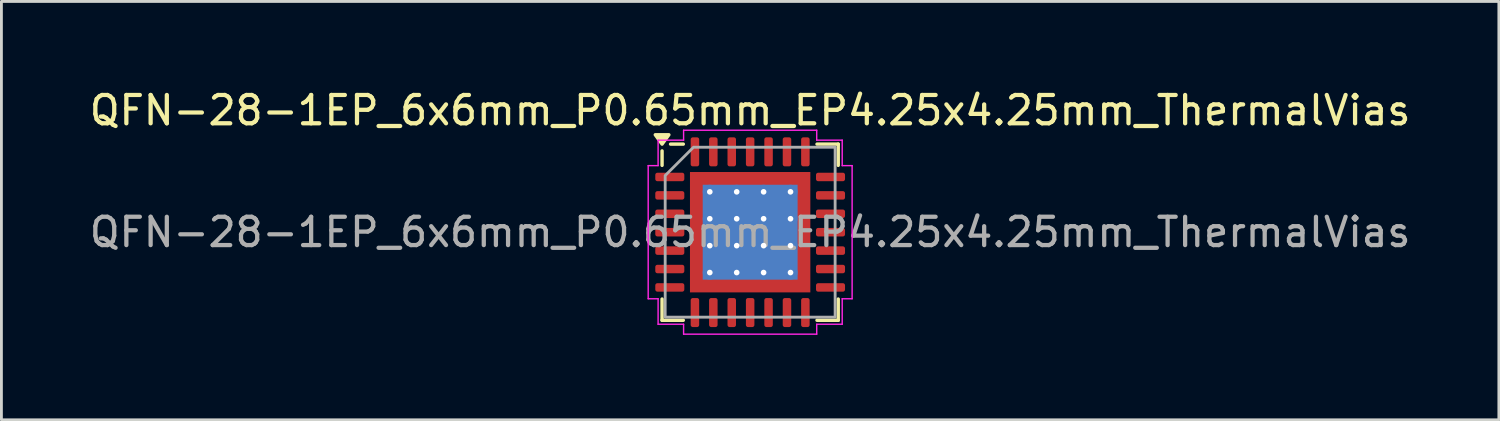
<source format=kicad_pcb>
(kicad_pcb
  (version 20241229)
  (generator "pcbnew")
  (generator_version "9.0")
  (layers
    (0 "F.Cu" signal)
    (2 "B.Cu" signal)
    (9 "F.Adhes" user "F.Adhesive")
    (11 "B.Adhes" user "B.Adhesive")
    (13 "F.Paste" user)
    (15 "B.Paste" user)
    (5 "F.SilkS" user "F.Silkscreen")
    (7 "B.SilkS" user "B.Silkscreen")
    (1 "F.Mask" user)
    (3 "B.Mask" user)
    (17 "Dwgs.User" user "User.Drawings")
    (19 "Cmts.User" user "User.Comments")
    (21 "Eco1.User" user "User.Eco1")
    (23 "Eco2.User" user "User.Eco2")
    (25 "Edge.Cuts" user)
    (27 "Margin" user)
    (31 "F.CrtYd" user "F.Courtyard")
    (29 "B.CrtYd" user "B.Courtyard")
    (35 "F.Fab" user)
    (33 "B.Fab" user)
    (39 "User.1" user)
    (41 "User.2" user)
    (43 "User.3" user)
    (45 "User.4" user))
  (footprint "QFN-28-1EP_6x6mm_P0.65mm_EP4.25x4.25mm_ThermalVias"
    (layer "F.Cu")
    (at 23.435 5.148)
    (property "Reference" "QFN-28-1EP_6x6mm_P0.65mm_EP4.25x4.25mm_ThermalVias" (at 0 -4.3 0) (layer "F.SilkS") (effects (font (size 1 1) (thickness 0.15))))
    (attr smd)
    (fp_line (start -3.11 -2.36) (end -3.11 -2.87) (stroke (width 0.12) (type solid)) (layer "F.SilkS"))
    (fp_line (start -3.11 3.11) (end -3.11 2.36) (stroke (width 0.12) (type solid)) (layer "F.SilkS"))
    (fp_line (start -2.36 -3.11) (end -2.81 -3.11) (stroke (width 0.12) (type solid)) (layer "F.SilkS"))
    (fp_line (start -2.36 3.11) (end -3.11 3.11) (stroke (width 0.12) (type solid)) (layer "F.SilkS"))
    (fp_line (start 2.36 -3.11) (end 3.11 -3.11) (stroke (width 0.12) (type solid)) (layer "F.SilkS"))
    (fp_line (start 2.36 3.11) (end 3.11 3.11) (stroke (width 0.12) (type solid)) (layer "F.SilkS"))
    (fp_line (start 3.11 -3.11) (end 3.11 -2.36) (stroke (width 0.12) (type solid)) (layer "F.SilkS"))
    (fp_line (start 3.11 3.11) (end 3.11 2.36) (stroke (width 0.12) (type solid)) (layer "F.SilkS"))
    (fp_poly (pts (xy -3.11 -3.11) (xy -3.35 -3.44) (xy -2.87 -3.44)) (stroke (width 0.12) (type solid)) (fill yes) (layer "F.SilkS"))
    (fp_line (start -3.6 -2.35) (end -3.25 -2.35) (stroke (width 0.05) (type solid)) (layer "F.CrtYd"))
    (fp_line (start -3.6 2.35) (end -3.6 -2.35) (stroke (width 0.05) (type solid)) (layer "F.CrtYd"))
    (fp_line (start -3.25 -3.25) (end -2.35 -3.25) (stroke (width 0.05) (type solid)) (layer "F.CrtYd"))
    (fp_line (start -3.25 -2.35) (end -3.25 -3.25) (stroke (width 0.05) (type solid)) (layer "F.CrtYd"))
    (fp_line (start -3.25 2.35) (end -3.6 2.35) (stroke (width 0.05) (type solid)) (layer "F.CrtYd"))
    (fp_line (start -3.25 3.25) (end -3.25 2.35) (stroke (width 0.05) (type solid)) (layer "F.CrtYd"))
    (fp_line (start -2.35 -3.6) (end 2.35 -3.6) (stroke (width 0.05) (type solid)) (layer "F.CrtYd"))
    (fp_line (start -2.35 -3.25) (end -2.35 -3.6) (stroke (width 0.05) (type solid)) (layer "F.CrtYd"))
    (fp_line (start -2.35 3.25) (end -3.25 3.25) (stroke (width 0.05) (type solid)) (layer "F.CrtYd"))
    (fp_line (start -2.35 3.6) (end -2.35 3.25) (stroke (width 0.05) (type solid)) (layer "F.CrtYd"))
    (fp_line (start 2.35 -3.6) (end 2.35 -3.25) (stroke (width 0.05) (type solid)) (layer "F.CrtYd"))
    (fp_line (start 2.35 -3.25) (end 3.25 -3.25) (stroke (width 0.05) (type solid)) (layer "F.CrtYd"))
    (fp_line (start 2.35 3.25) (end 2.35 3.6) (stroke (width 0.05) (type solid)) (layer "F.CrtYd"))
    (fp_line (start 2.35 3.6) (end -2.35 3.6) (stroke (width 0.05) (type solid)) (layer "F.CrtYd"))
    (fp_line (start 3.25 -3.25) (end 3.25 -2.35) (stroke (width 0.05) (type solid)) (layer "F.CrtYd"))
    (fp_line (start 3.25 -2.35) (end 3.6 -2.35) (stroke (width 0.05) (type solid)) (layer "F.CrtYd"))
    (fp_line (start 3.25 2.35) (end 3.25 3.25) (stroke (width 0.05) (type solid)) (layer "F.CrtYd"))
    (fp_line (start 3.25 3.25) (end 2.35 3.25) (stroke (width 0.05) (type solid)) (layer "F.CrtYd"))
    (fp_line (start 3.6 -2.35) (end 3.6 2.35) (stroke (width 0.05) (type solid)) (layer "F.CrtYd"))
    (fp_line (start 3.6 2.35) (end 3.25 2.35) (stroke (width 0.05) (type solid)) (layer "F.CrtYd"))
    (fp_poly (pts (xy -3 -2) (xy -3 3) (xy 3 3) (xy 3 -3) (xy -2 -3)) (stroke (width 0.1) (type solid)) (fill no) (layer "F.Fab"))
    (fp_text user "${REFERENCE}" (at 0 0 0) (layer "F.Fab") (effects (font (size 1 1) (thickness 0.15))))
    (pad "" smd roundrect (at -1.42 -1.42) (size 1.14 1.14) (layers "F.Paste") (roundrect_rratio 0.219))
    (pad "" smd roundrect (at -1.42 0) (size 1.14 1.14) (layers "F.Paste") (roundrect_rratio 0.219))
    (pad "" smd roundrect (at -1.42 1.42) (size 1.14 1.14) (layers "F.Paste") (roundrect_rratio 0.219))
    (pad "" smd roundrect (at 0 -1.42) (size 1.14 1.14) (layers "F.Paste") (roundrect_rratio 0.219))
    (pad "" smd roundrect (at 0 0) (size 1.14 1.14) (layers "F.Paste") (roundrect_rratio 0.219))
    (pad "" smd roundrect (at 0 1.42) (size 1.14 1.14) (layers "F.Paste") (roundrect_rratio 0.219))
    (pad "" smd roundrect (at 1.42 -1.42) (size 1.14 1.14) (layers "F.Paste") (roundrect_rratio 0.219))
    (pad "" smd roundrect (at 1.42 0) (size 1.14 1.14) (layers "F.Paste") (roundrect_rratio 0.219))
    (pad "" smd roundrect (at 1.42 1.42) (size 1.14 1.14) (layers "F.Paste") (roundrect_rratio 0.219))
    (pad "1" smd roundrect (at -2.837 -1.95) (size 1.025 0.3) (layers "F.Cu" "F.Mask" "F.Paste") (roundrect_rratio 0.25))
    (pad "2" smd roundrect (at -2.837 -1.3) (size 1.025 0.3) (layers "F.Cu" "F.Mask" "F.Paste") (roundrect_rratio 0.25))
    (pad "3" smd roundrect (at -2.837 -0.65) (size 1.025 0.3) (layers "F.Cu" "F.Mask" "F.Paste") (roundrect_rratio 0.25))
    (pad "4" smd roundrect (at -2.837 0) (size 1.025 0.3) (layers "F.Cu" "F.Mask" "F.Paste") (roundrect_rratio 0.25))
    (pad "5" smd roundrect (at -2.837 0.65) (size 1.025 0.3) (layers "F.Cu" "F.Mask" "F.Paste") (roundrect_rratio 0.25))
    (pad "6" smd roundrect (at -2.837 1.3) (size 1.025 0.3) (layers "F.Cu" "F.Mask" "F.Paste") (roundrect_rratio 0.25))
    (pad "7" smd roundrect (at -2.837 1.95) (size 1.025 0.3) (layers "F.Cu" "F.Mask" "F.Paste") (roundrect_rratio 0.25))
    (pad "8" smd roundrect (at -1.95 2.837) (size 0.3 1.025) (layers "F.Cu" "F.Mask" "F.Paste") (roundrect_rratio 0.25))
    (pad "9" smd roundrect (at -1.3 2.837) (size 0.3 1.025) (layers "F.Cu" "F.Mask" "F.Paste") (roundrect_rratio 0.25))
    (pad "10" smd roundrect (at -0.65 2.837) (size 0.3 1.025) (layers "F.Cu" "F.Mask" "F.Paste") (roundrect_rratio 0.25))
    (pad "11" smd roundrect (at 0 2.837) (size 0.3 1.025) (layers "F.Cu" "F.Mask" "F.Paste") (roundrect_rratio 0.25))
    (pad "12" smd roundrect (at 0.65 2.837) (size 0.3 1.025) (layers "F.Cu" "F.Mask" "F.Paste") (roundrect_rratio 0.25))
    (pad "13" smd roundrect (at 1.3 2.837) (size 0.3 1.025) (layers "F.Cu" "F.Mask" "F.Paste") (roundrect_rratio 0.25))
    (pad "14" smd roundrect (at 1.95 2.837) (size 0.3 1.025) (layers "F.Cu" "F.Mask" "F.Paste") (roundrect_rratio 0.25))
    (pad "15" smd roundrect (at 2.837 1.95) (size 1.025 0.3) (layers "F.Cu" "F.Mask" "F.Paste") (roundrect_rratio 0.25))
    (pad "16" smd roundrect (at 2.837 1.3) (size 1.025 0.3) (layers "F.Cu" "F.Mask" "F.Paste") (roundrect_rratio 0.25))
    (pad "17" smd roundrect (at 2.837 0.65) (size 1.025 0.3) (layers "F.Cu" "F.Mask" "F.Paste") (roundrect_rratio 0.25))
    (pad "18" smd roundrect (at 2.837 0) (size 1.025 0.3) (layers "F.Cu" "F.Mask" "F.Paste") (roundrect_rratio 0.25))
    (pad "19" smd roundrect (at 2.837 -0.65) (size 1.025 0.3) (layers "F.Cu" "F.Mask" "F.Paste") (roundrect_rratio 0.25))
    (pad "20" smd roundrect (at 2.837 -1.3) (size 1.025 0.3) (layers "F.Cu" "F.Mask" "F.Paste") (roundrect_rratio 0.25))
    (pad "21" smd roundrect (at 2.837 -1.95) (size 1.025 0.3) (layers "F.Cu" "F.Mask" "F.Paste") (roundrect_rratio 0.25))
    (pad "22" smd roundrect (at 1.95 -2.837) (size 0.3 1.025) (layers "F.Cu" "F.Mask" "F.Paste") (roundrect_rratio 0.25))
    (pad "23" smd roundrect (at 1.3 -2.837) (size 0.3 1.025) (layers "F.Cu" "F.Mask" "F.Paste") (roundrect_rratio 0.25))
    (pad "24" smd roundrect (at 0.65 -2.837) (size 0.3 1.025) (layers "F.Cu" "F.Mask" "F.Paste") (roundrect_rratio 0.25))
    (pad "25" smd roundrect (at 0 -2.837) (size 0.3 1.025) (layers "F.Cu" "F.Mask" "F.Paste") (roundrect_rratio 0.25))
    (pad "26" smd roundrect (at -0.65 -2.837) (size 0.3 1.025) (layers "F.Cu" "F.Mask" "F.Paste") (roundrect_rratio 0.25))
    (pad "27" smd roundrect (at -1.3 -2.837) (size 0.3 1.025) (layers "F.Cu" "F.Mask" "F.Paste") (roundrect_rratio 0.25))
    (pad "28" smd roundrect (at -1.95 -2.837) (size 0.3 1.025) (layers "F.Cu" "F.Mask" "F.Paste") (roundrect_rratio 0.25))
    (pad "29" thru_hole circle (at -1.425 -1.425) (size 0.5 0.5) (drill 0.2) (property pad_prop_heatsink) (layers "*.Cu"))
    (pad "29" thru_hole circle (at -1.425 -0.475) (size 0.5 0.5) (drill 0.2) (property pad_prop_heatsink) (layers "*.Cu"))
    (pad "29" thru_hole circle (at -1.425 0.475) (size 0.5 0.5) (drill 0.2) (property pad_prop_heatsink) (layers "*.Cu"))
    (pad "29" thru_hole circle (at -1.425 1.425) (size 0.5 0.5) (drill 0.2) (property pad_prop_heatsink) (layers "*.Cu"))
    (pad "29" thru_hole circle (at -0.475 -1.425) (size 0.5 0.5) (drill 0.2) (property pad_prop_heatsink) (layers "*.Cu"))
    (pad "29" thru_hole circle (at -0.475 -0.475) (size 0.5 0.5) (drill 0.2) (property pad_prop_heatsink) (layers "*.Cu"))
    (pad "29" thru_hole circle (at -0.475 0.475) (size 0.5 0.5) (drill 0.2) (property pad_prop_heatsink) (layers "*.Cu"))
    (pad "29" thru_hole circle (at -0.475 1.425) (size 0.5 0.5) (drill 0.2) (property pad_prop_heatsink) (layers "*.Cu"))
    (pad "29" smd rect (at 0 0) (size 3.35 3.35) (property pad_prop_heatsink) (layers "B.Cu"))
    (pad "29" smd rect (at 0 0) (size 4.25 4.25) (property pad_prop_heatsink) (layers "F.Cu" "F.Mask"))
    (pad "29" thru_hole circle (at 0.475 -1.425) (size 0.5 0.5) (drill 0.2) (property pad_prop_heatsink) (layers "*.Cu"))
    (pad "29" thru_hole circle (at 0.475 -0.475) (size 0.5 0.5) (drill 0.2) (property pad_prop_heatsink) (layers "*.Cu"))
    (pad "29" thru_hole circle (at 0.475 0.475) (size 0.5 0.5) (drill 0.2) (property pad_prop_heatsink) (layers "*.Cu"))
    (pad "29" thru_hole circle (at 0.475 1.425) (size 0.5 0.5) (drill 0.2) (property pad_prop_heatsink) (layers "*.Cu"))
    (pad "29" thru_hole circle (at 1.425 -1.425) (size 0.5 0.5) (drill 0.2) (property pad_prop_heatsink) (layers "*.Cu"))
    (pad "29" thru_hole circle (at 1.425 -0.475) (size 0.5 0.5) (drill 0.2) (property pad_prop_heatsink) (layers "*.Cu"))
    (pad "29" thru_hole circle (at 1.425 0.475) (size 0.5 0.5) (drill 0.2) (property pad_prop_heatsink) (layers "*.Cu"))
    (pad "29" thru_hole circle (at 1.425 1.425) (size 0.5 0.5) (drill 0.2) (property pad_prop_heatsink) (layers "*.Cu")))
  (gr_rect
    (start -3 -3)
    (end 49.869 11.773)
    (stroke (width 0.1) (type default))
    (fill no)
    (layer "Edge.Cuts")))
</source>
